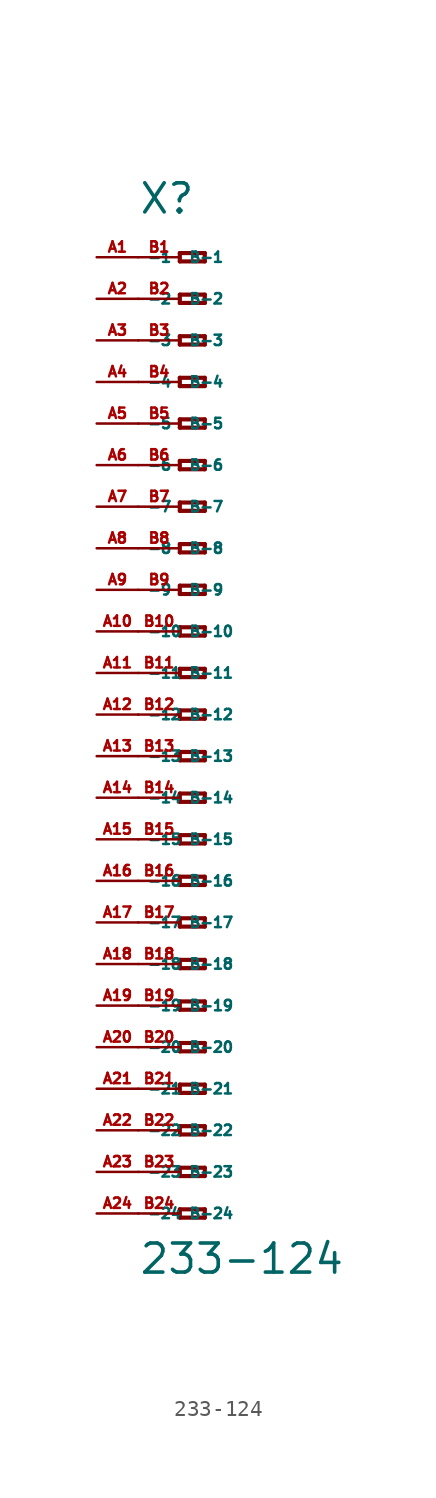
<source format=kicad_sym>
(kicad_symbol_lib
  (version 20220914)
  (generator Eagle2Kicad)
  (symbol "233-124"
    (property "Reference" "X"
      (at -5.08 30.48 0)
      (effects (font (size 1.778 1.778) (thickness 0.22)) (justify left bottom)))
    (property "Value" "233-124"
      (at -5.08 -34.29 0)
      (effects (font (size 1.778 1.778) (thickness 0.22)) (justify left bottom)))
    (polyline
      (pts (xy -2.54 28.194) (xy -2.54 27.686))
      (stroke (width 0.254) (type default))
      (fill (type none)))
    (polyline
      (pts (xy -2.54 27.686) (xy -1.016 27.686))
      (stroke (width 0.254) (type default))
      (fill (type none)))
    (polyline
      (pts (xy -1.016 27.686) (xy -1.016 28.194))
      (stroke (width 0.254) (type default))
      (fill (type none)))
    (polyline
      (pts (xy -1.016 28.194) (xy -2.54 28.194))
      (stroke (width 0.254) (type default))
      (fill (type none)))
    (polyline
      (pts (xy -2.54 25.654) (xy -2.54 25.146))
      (stroke (width 0.254) (type default))
      (fill (type none)))
    (polyline
      (pts (xy -2.54 25.146) (xy -1.016 25.146))
      (stroke (width 0.254) (type default))
      (fill (type none)))
    (polyline
      (pts (xy -1.016 25.146) (xy -1.016 25.654))
      (stroke (width 0.254) (type default))
      (fill (type none)))
    (polyline
      (pts (xy -1.016 25.654) (xy -2.54 25.654))
      (stroke (width 0.254) (type default))
      (fill (type none)))
    (polyline
      (pts (xy -2.54 23.114) (xy -2.54 22.606))
      (stroke (width 0.254) (type default))
      (fill (type none)))
    (polyline
      (pts (xy -2.54 22.606) (xy -1.016 22.606))
      (stroke (width 0.254) (type default))
      (fill (type none)))
    (polyline
      (pts (xy -1.016 22.606) (xy -1.016 23.114))
      (stroke (width 0.254) (type default))
      (fill (type none)))
    (polyline
      (pts (xy -1.016 23.114) (xy -2.54 23.114))
      (stroke (width 0.254) (type default))
      (fill (type none)))
    (polyline
      (pts (xy -2.54 20.574) (xy -2.54 20.066))
      (stroke (width 0.254) (type default))
      (fill (type none)))
    (polyline
      (pts (xy -2.54 20.066) (xy -1.016 20.066))
      (stroke (width 0.254) (type default))
      (fill (type none)))
    (polyline
      (pts (xy -1.016 20.066) (xy -1.016 20.574))
      (stroke (width 0.254) (type default))
      (fill (type none)))
    (polyline
      (pts (xy -1.016 20.574) (xy -2.54 20.574))
      (stroke (width 0.254) (type default))
      (fill (type none)))
    (polyline
      (pts (xy -2.54 18.034) (xy -2.54 17.526))
      (stroke (width 0.254) (type default))
      (fill (type none)))
    (polyline
      (pts (xy -2.54 17.526) (xy -1.016 17.526))
      (stroke (width 0.254) (type default))
      (fill (type none)))
    (polyline
      (pts (xy -1.016 17.526) (xy -1.016 18.034))
      (stroke (width 0.254) (type default))
      (fill (type none)))
    (polyline
      (pts (xy -1.016 18.034) (xy -2.54 18.034))
      (stroke (width 0.254) (type default))
      (fill (type none)))
    (polyline
      (pts (xy -2.54 15.494) (xy -2.54 14.986))
      (stroke (width 0.254) (type default))
      (fill (type none)))
    (polyline
      (pts (xy -2.54 14.986) (xy -1.016 14.986))
      (stroke (width 0.254) (type default))
      (fill (type none)))
    (polyline
      (pts (xy -1.016 14.986) (xy -1.016 15.494))
      (stroke (width 0.254) (type default))
      (fill (type none)))
    (polyline
      (pts (xy -1.016 15.494) (xy -2.54 15.494))
      (stroke (width 0.254) (type default))
      (fill (type none)))
    (polyline
      (pts (xy -2.54 12.954) (xy -2.54 12.446))
      (stroke (width 0.254) (type default))
      (fill (type none)))
    (polyline
      (pts (xy -2.54 12.446) (xy -1.016 12.446))
      (stroke (width 0.254) (type default))
      (fill (type none)))
    (polyline
      (pts (xy -1.016 12.446) (xy -1.016 12.954))
      (stroke (width 0.254) (type default))
      (fill (type none)))
    (polyline
      (pts (xy -1.016 12.954) (xy -2.54 12.954))
      (stroke (width 0.254) (type default))
      (fill (type none)))
    (polyline
      (pts (xy -2.54 10.414) (xy -2.54 9.906))
      (stroke (width 0.254) (type default))
      (fill (type none)))
    (polyline
      (pts (xy -2.54 9.906) (xy -1.016 9.906))
      (stroke (width 0.254) (type default))
      (fill (type none)))
    (polyline
      (pts (xy -1.016 9.906) (xy -1.016 10.414))
      (stroke (width 0.254) (type default))
      (fill (type none)))
    (polyline
      (pts (xy -1.016 10.414) (xy -2.54 10.414))
      (stroke (width 0.254) (type default))
      (fill (type none)))
    (polyline
      (pts (xy -2.54 7.874) (xy -2.54 7.366))
      (stroke (width 0.254) (type default))
      (fill (type none)))
    (polyline
      (pts (xy -2.54 7.366) (xy -1.016 7.366))
      (stroke (width 0.254) (type default))
      (fill (type none)))
    (polyline
      (pts (xy -1.016 7.366) (xy -1.016 7.874))
      (stroke (width 0.254) (type default))
      (fill (type none)))
    (polyline
      (pts (xy -1.016 7.874) (xy -2.54 7.874))
      (stroke (width 0.254) (type default))
      (fill (type none)))
    (polyline
      (pts (xy -2.54 5.334) (xy -2.54 4.826))
      (stroke (width 0.254) (type default))
      (fill (type none)))
    (polyline
      (pts (xy -2.54 4.826) (xy -1.016 4.826))
      (stroke (width 0.254) (type default))
      (fill (type none)))
    (polyline
      (pts (xy -1.016 4.826) (xy -1.016 5.334))
      (stroke (width 0.254) (type default))
      (fill (type none)))
    (polyline
      (pts (xy -1.016 5.334) (xy -2.54 5.334))
      (stroke (width 0.254) (type default))
      (fill (type none)))
    (polyline
      (pts (xy -2.54 2.794) (xy -2.54 2.286))
      (stroke (width 0.254) (type default))
      (fill (type none)))
    (polyline
      (pts (xy -2.54 2.286) (xy -1.016 2.286))
      (stroke (width 0.254) (type default))
      (fill (type none)))
    (polyline
      (pts (xy -1.016 2.286) (xy -1.016 2.794))
      (stroke (width 0.254) (type default))
      (fill (type none)))
    (polyline
      (pts (xy -1.016 2.794) (xy -2.54 2.794))
      (stroke (width 0.254) (type default))
      (fill (type none)))
    (polyline
      (pts (xy -2.54 0.254) (xy -2.54 -0.254))
      (stroke (width 0.254) (type default))
      (fill (type none)))
    (polyline
      (pts (xy -2.54 -0.254) (xy -1.016 -0.254))
      (stroke (width 0.254) (type default))
      (fill (type none)))
    (polyline
      (pts (xy -1.016 -0.254) (xy -1.016 0.254))
      (stroke (width 0.254) (type default))
      (fill (type none)))
    (polyline
      (pts (xy -1.016 0.254) (xy -2.54 0.254))
      (stroke (width 0.254) (type default))
      (fill (type none)))
    (polyline
      (pts (xy -2.54 -2.286) (xy -2.54 -2.794))
      (stroke (width 0.254) (type default))
      (fill (type none)))
    (polyline
      (pts (xy -2.54 -2.794) (xy -1.016 -2.794))
      (stroke (width 0.254) (type default))
      (fill (type none)))
    (polyline
      (pts (xy -1.016 -2.794) (xy -1.016 -2.286))
      (stroke (width 0.254) (type default))
      (fill (type none)))
    (polyline
      (pts (xy -1.016 -2.286) (xy -2.54 -2.286))
      (stroke (width 0.254) (type default))
      (fill (type none)))
    (polyline
      (pts (xy -2.54 -4.826) (xy -2.54 -5.334))
      (stroke (width 0.254) (type default))
      (fill (type none)))
    (polyline
      (pts (xy -2.54 -5.334) (xy -1.016 -5.334))
      (stroke (width 0.254) (type default))
      (fill (type none)))
    (polyline
      (pts (xy -1.016 -5.334) (xy -1.016 -4.826))
      (stroke (width 0.254) (type default))
      (fill (type none)))
    (polyline
      (pts (xy -1.016 -4.826) (xy -2.54 -4.826))
      (stroke (width 0.254) (type default))
      (fill (type none)))
    (polyline
      (pts (xy -2.54 -7.366) (xy -2.54 -7.874))
      (stroke (width 0.254) (type default))
      (fill (type none)))
    (polyline
      (pts (xy -2.54 -7.874) (xy -1.016 -7.874))
      (stroke (width 0.254) (type default))
      (fill (type none)))
    (polyline
      (pts (xy -1.016 -7.874) (xy -1.016 -7.366))
      (stroke (width 0.254) (type default))
      (fill (type none)))
    (polyline
      (pts (xy -1.016 -7.366) (xy -2.54 -7.366))
      (stroke (width 0.254) (type default))
      (fill (type none)))
    (polyline
      (pts (xy -2.54 -9.906) (xy -2.54 -10.414))
      (stroke (width 0.254) (type default))
      (fill (type none)))
    (polyline
      (pts (xy -2.54 -10.414) (xy -1.016 -10.414))
      (stroke (width 0.254) (type default))
      (fill (type none)))
    (polyline
      (pts (xy -1.016 -10.414) (xy -1.016 -9.906))
      (stroke (width 0.254) (type default))
      (fill (type none)))
    (polyline
      (pts (xy -1.016 -9.906) (xy -2.54 -9.906))
      (stroke (width 0.254) (type default))
      (fill (type none)))
    (polyline
      (pts (xy -2.54 -12.446) (xy -2.54 -12.954))
      (stroke (width 0.254) (type default))
      (fill (type none)))
    (polyline
      (pts (xy -2.54 -12.954) (xy -1.016 -12.954))
      (stroke (width 0.254) (type default))
      (fill (type none)))
    (polyline
      (pts (xy -1.016 -12.954) (xy -1.016 -12.446))
      (stroke (width 0.254) (type default))
      (fill (type none)))
    (polyline
      (pts (xy -1.016 -12.446) (xy -2.54 -12.446))
      (stroke (width 0.254) (type default))
      (fill (type none)))
    (polyline
      (pts (xy -2.54 -14.986) (xy -2.54 -15.494))
      (stroke (width 0.254) (type default))
      (fill (type none)))
    (polyline
      (pts (xy -2.54 -15.494) (xy -1.016 -15.494))
      (stroke (width 0.254) (type default))
      (fill (type none)))
    (polyline
      (pts (xy -1.016 -15.494) (xy -1.016 -14.986))
      (stroke (width 0.254) (type default))
      (fill (type none)))
    (polyline
      (pts (xy -1.016 -14.986) (xy -2.54 -14.986))
      (stroke (width 0.254) (type default))
      (fill (type none)))
    (polyline
      (pts (xy -2.54 -17.526) (xy -2.54 -18.034))
      (stroke (width 0.254) (type default))
      (fill (type none)))
    (polyline
      (pts (xy -2.54 -18.034) (xy -1.016 -18.034))
      (stroke (width 0.254) (type default))
      (fill (type none)))
    (polyline
      (pts (xy -1.016 -18.034) (xy -1.016 -17.526))
      (stroke (width 0.254) (type default))
      (fill (type none)))
    (polyline
      (pts (xy -1.016 -17.526) (xy -2.54 -17.526))
      (stroke (width 0.254) (type default))
      (fill (type none)))
    (polyline
      (pts (xy -2.54 -20.066) (xy -2.54 -20.574))
      (stroke (width 0.254) (type default))
      (fill (type none)))
    (polyline
      (pts (xy -2.54 -20.574) (xy -1.016 -20.574))
      (stroke (width 0.254) (type default))
      (fill (type none)))
    (polyline
      (pts (xy -1.016 -20.574) (xy -1.016 -20.066))
      (stroke (width 0.254) (type default))
      (fill (type none)))
    (polyline
      (pts (xy -1.016 -20.066) (xy -2.54 -20.066))
      (stroke (width 0.254) (type default))
      (fill (type none)))
    (polyline
      (pts (xy -2.54 -22.606) (xy -2.54 -23.114))
      (stroke (width 0.254) (type default))
      (fill (type none)))
    (polyline
      (pts (xy -2.54 -23.114) (xy -1.016 -23.114))
      (stroke (width 0.254) (type default))
      (fill (type none)))
    (polyline
      (pts (xy -1.016 -23.114) (xy -1.016 -22.606))
      (stroke (width 0.254) (type default))
      (fill (type none)))
    (polyline
      (pts (xy -1.016 -22.606) (xy -2.54 -22.606))
      (stroke (width 0.254) (type default))
      (fill (type none)))
    (polyline
      (pts (xy -2.54 -25.146) (xy -2.54 -25.654))
      (stroke (width 0.254) (type default))
      (fill (type none)))
    (polyline
      (pts (xy -2.54 -25.654) (xy -1.016 -25.654))
      (stroke (width 0.254) (type default))
      (fill (type none)))
    (polyline
      (pts (xy -1.016 -25.654) (xy -1.016 -25.146))
      (stroke (width 0.254) (type default))
      (fill (type none)))
    (polyline
      (pts (xy -1.016 -25.146) (xy -2.54 -25.146))
      (stroke (width 0.254) (type default))
      (fill (type none)))
    (polyline
      (pts (xy -2.54 -27.686) (xy -2.54 -28.194))
      (stroke (width 0.254) (type default))
      (fill (type none)))
    (polyline
      (pts (xy -2.54 -28.194) (xy -1.016 -28.194))
      (stroke (width 0.254) (type default))
      (fill (type none)))
    (polyline
      (pts (xy -1.016 -28.194) (xy -1.016 -27.686))
      (stroke (width 0.254) (type default))
      (fill (type none)))
    (polyline
      (pts (xy -1.016 -27.686) (xy -2.54 -27.686))
      (stroke (width 0.254) (type default))
      (fill (type none)))
    (polyline
      (pts (xy -2.54 -30.226) (xy -2.54 -30.734))
      (stroke (width 0.254) (type default))
      (fill (type none)))
    (polyline
      (pts (xy -2.54 -30.734) (xy -1.016 -30.734))
      (stroke (width 0.254) (type default))
      (fill (type none)))
    (polyline
      (pts (xy -1.016 -30.734) (xy -1.016 -30.226))
      (stroke (width 0.254) (type default))
      (fill (type none)))
    (polyline
      (pts (xy -1.016 -30.226) (xy -2.54 -30.226))
      (stroke (width 0.254) (type default))
      (fill (type none)))
    (pin passive line
      (at -7.62 27.94 0)
      (length 2.54)
      (name "-1" (effects (font (size 0.635 0.635) (thickness 0.08)) (justify left bottom)))
      (number "A1" (effects (font (size 0.635 0.635) (thickness 0.08)) (justify left bottom))))
    (pin passive line
      (at -7.62 25.4 0)
      (length 2.54)
      (name "-2" (effects (font (size 0.635 0.635) (thickness 0.08)) (justify left bottom)))
      (number "A2" (effects (font (size 0.635 0.635) (thickness 0.08)) (justify left bottom))))
    (pin passive line
      (at -7.62 22.86 0)
      (length 2.54)
      (name "-3" (effects (font (size 0.635 0.635) (thickness 0.08)) (justify left bottom)))
      (number "A3" (effects (font (size 0.635 0.635) (thickness 0.08)) (justify left bottom))))
    (pin passive line
      (at -7.62 20.32 0)
      (length 2.54)
      (name "-4" (effects (font (size 0.635 0.635) (thickness 0.08)) (justify left bottom)))
      (number "A4" (effects (font (size 0.635 0.635) (thickness 0.08)) (justify left bottom))))
    (pin passive line
      (at -7.62 17.78 0)
      (length 2.54)
      (name "-5" (effects (font (size 0.635 0.635) (thickness 0.08)) (justify left bottom)))
      (number "A5" (effects (font (size 0.635 0.635) (thickness 0.08)) (justify left bottom))))
    (pin passive line
      (at -7.62 15.24 0)
      (length 2.54)
      (name "-6" (effects (font (size 0.635 0.635) (thickness 0.08)) (justify left bottom)))
      (number "A6" (effects (font (size 0.635 0.635) (thickness 0.08)) (justify left bottom))))
    (pin passive line
      (at -7.62 12.7 0)
      (length 2.54)
      (name "-7" (effects (font (size 0.635 0.635) (thickness 0.08)) (justify left bottom)))
      (number "A7" (effects (font (size 0.635 0.635) (thickness 0.08)) (justify left bottom))))
    (pin passive line
      (at -7.62 10.16 0)
      (length 2.54)
      (name "-8" (effects (font (size 0.635 0.635) (thickness 0.08)) (justify left bottom)))
      (number "A8" (effects (font (size 0.635 0.635) (thickness 0.08)) (justify left bottom))))
    (pin passive line
      (at -7.62 7.62 0)
      (length 2.54)
      (name "-9" (effects (font (size 0.635 0.635) (thickness 0.08)) (justify left bottom)))
      (number "A9" (effects (font (size 0.635 0.635) (thickness 0.08)) (justify left bottom))))
    (pin passive line
      (at -7.62 5.08 0)
      (length 2.54)
      (name "-10" (effects (font (size 0.635 0.635) (thickness 0.08)) (justify left bottom)))
      (number "A10" (effects (font (size 0.635 0.635) (thickness 0.08)) (justify left bottom))))
    (pin passive line
      (at -7.62 2.54 0)
      (length 2.54)
      (name "-11" (effects (font (size 0.635 0.635) (thickness 0.08)) (justify left bottom)))
      (number "A11" (effects (font (size 0.635 0.635) (thickness 0.08)) (justify left bottom))))
    (pin passive line
      (at -7.62 0 0)
      (length 2.54)
      (name "-12" (effects (font (size 0.635 0.635) (thickness 0.08)) (justify left bottom)))
      (number "A12" (effects (font (size 0.635 0.635) (thickness 0.08)) (justify left bottom))))
    (pin passive line
      (at -7.62 -2.54 0)
      (length 2.54)
      (name "-13" (effects (font (size 0.635 0.635) (thickness 0.08)) (justify left bottom)))
      (number "A13" (effects (font (size 0.635 0.635) (thickness 0.08)) (justify left bottom))))
    (pin passive line
      (at -7.62 -5.08 0)
      (length 2.54)
      (name "-14" (effects (font (size 0.635 0.635) (thickness 0.08)) (justify left bottom)))
      (number "A14" (effects (font (size 0.635 0.635) (thickness 0.08)) (justify left bottom))))
    (pin passive line
      (at -7.62 -7.62 0)
      (length 2.54)
      (name "-15" (effects (font (size 0.635 0.635) (thickness 0.08)) (justify left bottom)))
      (number "A15" (effects (font (size 0.635 0.635) (thickness 0.08)) (justify left bottom))))
    (pin passive line
      (at -7.62 -10.16 0)
      (length 2.54)
      (name "-16" (effects (font (size 0.635 0.635) (thickness 0.08)) (justify left bottom)))
      (number "A16" (effects (font (size 0.635 0.635) (thickness 0.08)) (justify left bottom))))
    (pin passive line
      (at -7.62 -12.7 0)
      (length 2.54)
      (name "-17" (effects (font (size 0.635 0.635) (thickness 0.08)) (justify left bottom)))
      (number "A17" (effects (font (size 0.635 0.635) (thickness 0.08)) (justify left bottom))))
    (pin passive line
      (at -7.62 -15.24 0)
      (length 2.54)
      (name "-18" (effects (font (size 0.635 0.635) (thickness 0.08)) (justify left bottom)))
      (number "A18" (effects (font (size 0.635 0.635) (thickness 0.08)) (justify left bottom))))
    (pin passive line
      (at -7.62 -17.78 0)
      (length 2.54)
      (name "-19" (effects (font (size 0.635 0.635) (thickness 0.08)) (justify left bottom)))
      (number "A19" (effects (font (size 0.635 0.635) (thickness 0.08)) (justify left bottom))))
    (pin passive line
      (at -7.62 -20.32 0)
      (length 2.54)
      (name "-20" (effects (font (size 0.635 0.635) (thickness 0.08)) (justify left bottom)))
      (number "A20" (effects (font (size 0.635 0.635) (thickness 0.08)) (justify left bottom))))
    (pin passive line
      (at -7.62 -22.86 0)
      (length 2.54)
      (name "-21" (effects (font (size 0.635 0.635) (thickness 0.08)) (justify left bottom)))
      (number "A21" (effects (font (size 0.635 0.635) (thickness 0.08)) (justify left bottom))))
    (pin passive line
      (at -7.62 -25.4 0)
      (length 2.54)
      (name "-22" (effects (font (size 0.635 0.635) (thickness 0.08)) (justify left bottom)))
      (number "A22" (effects (font (size 0.635 0.635) (thickness 0.08)) (justify left bottom))))
    (pin passive line
      (at -7.62 -27.94 0)
      (length 2.54)
      (name "-23" (effects (font (size 0.635 0.635) (thickness 0.08)) (justify left bottom)))
      (number "A23" (effects (font (size 0.635 0.635) (thickness 0.08)) (justify left bottom))))
    (pin passive line
      (at -7.62 -30.48 0)
      (length 2.54)
      (name "-24" (effects (font (size 0.635 0.635) (thickness 0.08)) (justify left bottom)))
      (number "A24" (effects (font (size 0.635 0.635) (thickness 0.08)) (justify left bottom))))
    (pin passive line
      (at -5.08 -30.48 0)
      (length 2.54)
      (name "B-24" (effects (font (size 0.635 0.635) (thickness 0.08)) (justify left bottom)))
      (number "B24" (effects (font (size 0.635 0.635) (thickness 0.08)) (justify left bottom))))
    (pin passive line
      (at -5.08 27.94 0)
      (length 2.54)
      (name "B-1" (effects (font (size 0.635 0.635) (thickness 0.08)) (justify left bottom)))
      (number "B1" (effects (font (size 0.635 0.635) (thickness 0.08)) (justify left bottom))))
    (pin passive line
      (at -5.08 25.4 0)
      (length 2.54)
      (name "B-2" (effects (font (size 0.635 0.635) (thickness 0.08)) (justify left bottom)))
      (number "B2" (effects (font (size 0.635 0.635) (thickness 0.08)) (justify left bottom))))
    (pin passive line
      (at -5.08 22.86 0)
      (length 2.54)
      (name "B-3" (effects (font (size 0.635 0.635) (thickness 0.08)) (justify left bottom)))
      (number "B3" (effects (font (size 0.635 0.635) (thickness 0.08)) (justify left bottom))))
    (pin passive line
      (at -5.08 20.32 0)
      (length 2.54)
      (name "B-4" (effects (font (size 0.635 0.635) (thickness 0.08)) (justify left bottom)))
      (number "B4" (effects (font (size 0.635 0.635) (thickness 0.08)) (justify left bottom))))
    (pin passive line
      (at -5.08 17.78 0)
      (length 2.54)
      (name "B-5" (effects (font (size 0.635 0.635) (thickness 0.08)) (justify left bottom)))
      (number "B5" (effects (font (size 0.635 0.635) (thickness 0.08)) (justify left bottom))))
    (pin passive line
      (at -5.08 15.24 0)
      (length 2.54)
      (name "B-6" (effects (font (size 0.635 0.635) (thickness 0.08)) (justify left bottom)))
      (number "B6" (effects (font (size 0.635 0.635) (thickness 0.08)) (justify left bottom))))
    (pin passive line
      (at -5.08 12.7 0)
      (length 2.54)
      (name "B-7" (effects (font (size 0.635 0.635) (thickness 0.08)) (justify left bottom)))
      (number "B7" (effects (font (size 0.635 0.635) (thickness 0.08)) (justify left bottom))))
    (pin passive line
      (at -5.08 10.16 0)
      (length 2.54)
      (name "B-8" (effects (font (size 0.635 0.635) (thickness 0.08)) (justify left bottom)))
      (number "B8" (effects (font (size 0.635 0.635) (thickness 0.08)) (justify left bottom))))
    (pin passive line
      (at -5.08 7.62 0)
      (length 2.54)
      (name "B-9" (effects (font (size 0.635 0.635) (thickness 0.08)) (justify left bottom)))
      (number "B9" (effects (font (size 0.635 0.635) (thickness 0.08)) (justify left bottom))))
    (pin passive line
      (at -5.08 5.08 0)
      (length 2.54)
      (name "B-10" (effects (font (size 0.635 0.635) (thickness 0.08)) (justify left bottom)))
      (number "B10" (effects (font (size 0.635 0.635) (thickness 0.08)) (justify left bottom))))
    (pin passive line
      (at -5.08 2.54 0)
      (length 2.54)
      (name "B-11" (effects (font (size 0.635 0.635) (thickness 0.08)) (justify left bottom)))
      (number "B11" (effects (font (size 0.635 0.635) (thickness 0.08)) (justify left bottom))))
    (pin passive line
      (at -5.08 0 0)
      (length 2.54)
      (name "B-12" (effects (font (size 0.635 0.635) (thickness 0.08)) (justify left bottom)))
      (number "B12" (effects (font (size 0.635 0.635) (thickness 0.08)) (justify left bottom))))
    (pin passive line
      (at -5.08 -2.54 0)
      (length 2.54)
      (name "B-13" (effects (font (size 0.635 0.635) (thickness 0.08)) (justify left bottom)))
      (number "B13" (effects (font (size 0.635 0.635) (thickness 0.08)) (justify left bottom))))
    (pin passive line
      (at -5.08 -5.08 0)
      (length 2.54)
      (name "B-14" (effects (font (size 0.635 0.635) (thickness 0.08)) (justify left bottom)))
      (number "B14" (effects (font (size 0.635 0.635) (thickness 0.08)) (justify left bottom))))
    (pin passive line
      (at -5.08 -7.62 0)
      (length 2.54)
      (name "B-15" (effects (font (size 0.635 0.635) (thickness 0.08)) (justify left bottom)))
      (number "B15" (effects (font (size 0.635 0.635) (thickness 0.08)) (justify left bottom))))
    (pin passive line
      (at -5.08 -10.16 0)
      (length 2.54)
      (name "B-16" (effects (font (size 0.635 0.635) (thickness 0.08)) (justify left bottom)))
      (number "B16" (effects (font (size 0.635 0.635) (thickness 0.08)) (justify left bottom))))
    (pin passive line
      (at -5.08 -12.7 0)
      (length 2.54)
      (name "B-17" (effects (font (size 0.635 0.635) (thickness 0.08)) (justify left bottom)))
      (number "B17" (effects (font (size 0.635 0.635) (thickness 0.08)) (justify left bottom))))
    (pin passive line
      (at -5.08 -15.24 0)
      (length 2.54)
      (name "B-18" (effects (font (size 0.635 0.635) (thickness 0.08)) (justify left bottom)))
      (number "B18" (effects (font (size 0.635 0.635) (thickness 0.08)) (justify left bottom))))
    (pin passive line
      (at -5.08 -17.78 0)
      (length 2.54)
      (name "B-19" (effects (font (size 0.635 0.635) (thickness 0.08)) (justify left bottom)))
      (number "B19" (effects (font (size 0.635 0.635) (thickness 0.08)) (justify left bottom))))
    (pin passive line
      (at -5.08 -20.32 0)
      (length 2.54)
      (name "B-20" (effects (font (size 0.635 0.635) (thickness 0.08)) (justify left bottom)))
      (number "B20" (effects (font (size 0.635 0.635) (thickness 0.08)) (justify left bottom))))
    (pin passive line
      (at -5.08 -22.86 0)
      (length 2.54)
      (name "B-21" (effects (font (size 0.635 0.635) (thickness 0.08)) (justify left bottom)))
      (number "B21" (effects (font (size 0.635 0.635) (thickness 0.08)) (justify left bottom))))
    (pin passive line
      (at -5.08 -25.4 0)
      (length 2.54)
      (name "B-22" (effects (font (size 0.635 0.635) (thickness 0.08)) (justify left bottom)))
      (number "B22" (effects (font (size 0.635 0.635) (thickness 0.08)) (justify left bottom))))
    (pin passive line
      (at -5.08 -27.94 0)
      (length 2.54)
      (name "B-23" (effects (font (size 0.635 0.635) (thickness 0.08)) (justify left bottom)))
      (number "B23" (effects (font (size 0.635 0.635) (thickness 0.08)) (justify left bottom))))))
</source>
